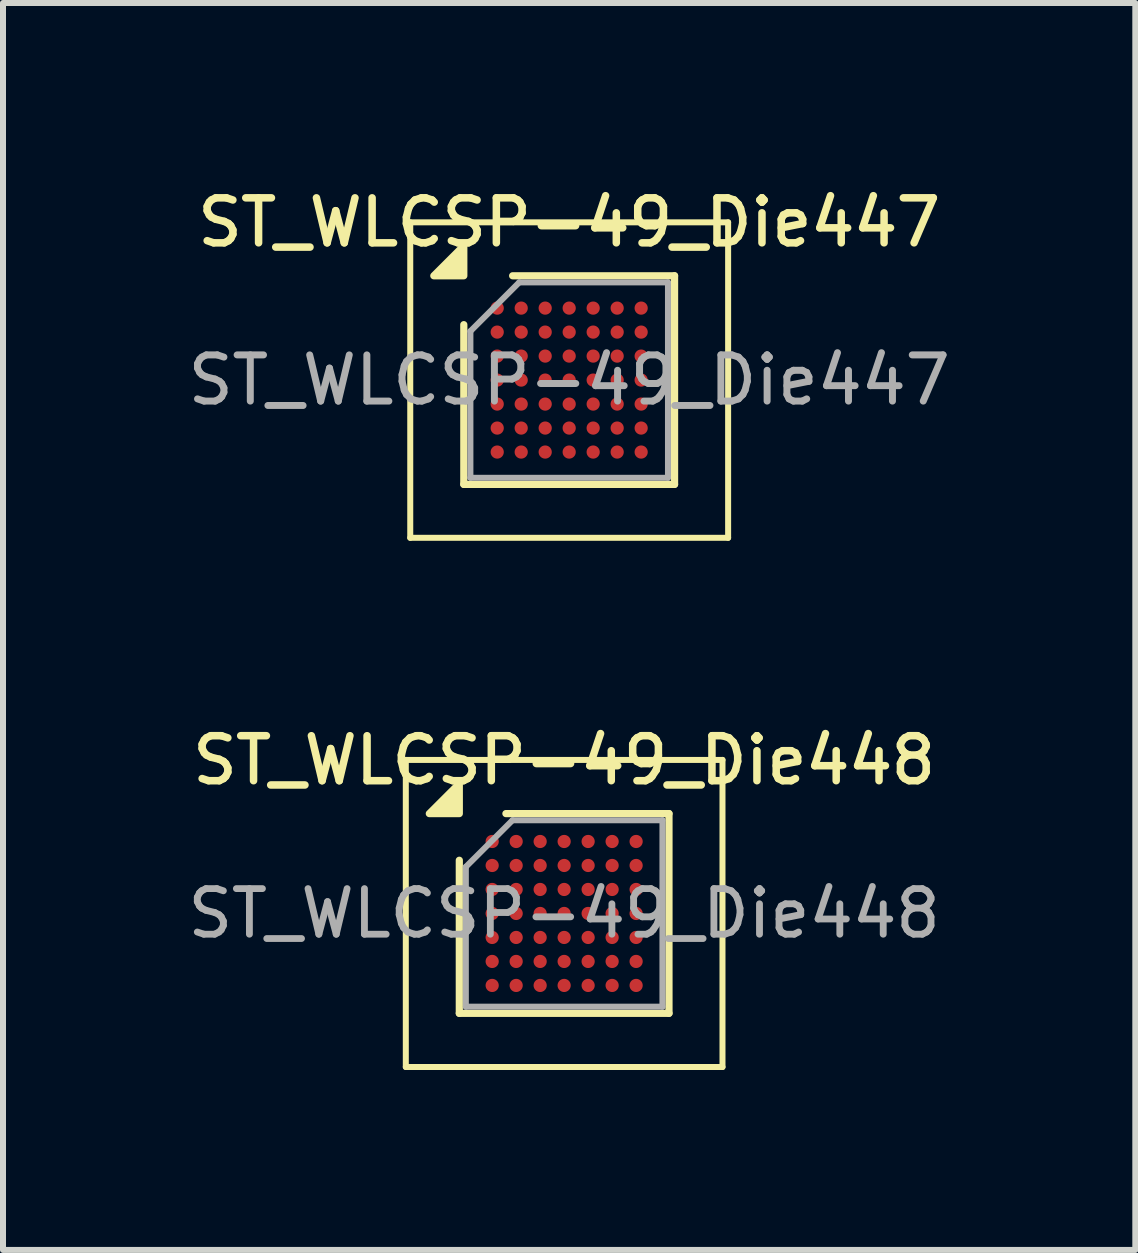
<source format=kicad_pcb>
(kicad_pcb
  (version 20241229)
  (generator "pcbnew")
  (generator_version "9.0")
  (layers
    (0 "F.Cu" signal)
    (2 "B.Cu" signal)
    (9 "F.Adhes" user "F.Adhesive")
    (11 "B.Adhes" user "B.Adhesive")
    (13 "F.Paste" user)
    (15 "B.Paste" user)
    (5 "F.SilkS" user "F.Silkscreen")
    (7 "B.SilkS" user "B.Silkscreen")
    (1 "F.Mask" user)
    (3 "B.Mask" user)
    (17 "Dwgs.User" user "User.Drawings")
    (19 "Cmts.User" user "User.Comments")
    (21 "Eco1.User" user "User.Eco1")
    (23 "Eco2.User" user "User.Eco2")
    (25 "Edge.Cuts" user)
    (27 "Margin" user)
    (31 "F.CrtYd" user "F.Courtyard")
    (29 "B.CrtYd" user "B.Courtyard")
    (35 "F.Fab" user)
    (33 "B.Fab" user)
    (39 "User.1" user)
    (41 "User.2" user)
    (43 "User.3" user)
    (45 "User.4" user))
  (footprint "ST_WLCSP-49_Die447"
    (layer "F.Cu")
    (at 6.44 3.287)
    (property "Reference" "ST_WLCSP-49_Die447" (at 0 -2.629 0) (layer "F.SilkS") (effects (font (size 0.75 0.75) (thickness 0.125))))
    (attr smd)
    (fp_line (start -2.65 -2.63) (end -2.65 2.63) (stroke (width 0.1) (type solid)) (layer "F.SilkS"))
    (fp_line (start -2.65 2.63) (end 2.65 2.63) (stroke (width 0.1) (type solid)) (layer "F.SilkS"))
    (fp_line (start -1.757 1.739) (end -1.757 -0.924) (stroke (width 0.12) (type solid)) (layer "F.SilkS"))
    (fp_line (start -0.943 -1.739) (end 1.757 -1.739) (stroke (width 0.12) (type solid)) (layer "F.SilkS"))
    (fp_line (start 1.757 -1.739) (end 1.757 1.739) (stroke (width 0.12) (type solid)) (layer "F.SilkS"))
    (fp_line (start 1.757 1.739) (end -1.757 1.739) (stroke (width 0.12) (type solid)) (layer "F.SilkS"))
    (fp_line (start 2.65 -2.63) (end -2.65 -2.63) (stroke (width 0.1) (type solid)) (layer "F.SilkS"))
    (fp_line (start 2.65 2.63) (end 2.65 -2.63) (stroke (width 0.1) (type solid)) (layer "F.SilkS"))
    (fp_poly (pts (xy -1.757 -1.739) (xy -2.257 -1.739) (xy -1.757 -2.239) (xy -1.757 -1.739)) (stroke (width 0.12) (type solid)) (fill yes) (layer "F.SilkS"))
    (fp_line (start -1.647 -0.815) (end -0.833 -1.629) (stroke (width 0.1) (type solid)) (layer "F.Fab"))
    (fp_line (start -1.647 1.629) (end -1.647 -0.815) (stroke (width 0.1) (type solid)) (layer "F.Fab"))
    (fp_line (start -0.833 -1.629) (end 1.647 -1.629) (stroke (width 0.1) (type solid)) (layer "F.Fab"))
    (fp_line (start 1.647 -1.629) (end 1.647 1.629) (stroke (width 0.1) (type solid)) (layer "F.Fab"))
    (fp_line (start 1.647 1.629) (end -1.647 1.629) (stroke (width 0.1) (type solid)) (layer "F.Fab"))
    (fp_text user "${REFERENCE}" (at 0 0 0) (layer "F.Fab") (effects (font (size 0.77 0.77) (thickness 0.116))))
    (pad "A1" smd circle (at -1.2 -1.2) (size 0.22 0.22) (property pad_prop_bga) (layers "F.Cu" "F.Mask" "F.Paste"))
    (pad "A2" smd circle (at -0.8 -1.2) (size 0.22 0.22) (property pad_prop_bga) (layers "F.Cu" "F.Mask" "F.Paste"))
    (pad "A3" smd circle (at -0.4 -1.2) (size 0.22 0.22) (property pad_prop_bga) (layers "F.Cu" "F.Mask" "F.Paste"))
    (pad "A4" smd circle (at 0 -1.2) (size 0.22 0.22) (property pad_prop_bga) (layers "F.Cu" "F.Mask" "F.Paste"))
    (pad "A5" smd circle (at 0.4 -1.2) (size 0.22 0.22) (property pad_prop_bga) (layers "F.Cu" "F.Mask" "F.Paste"))
    (pad "A6" smd circle (at 0.8 -1.2) (size 0.22 0.22) (property pad_prop_bga) (layers "F.Cu" "F.Mask" "F.Paste"))
    (pad "A7" smd circle (at 1.2 -1.2) (size 0.22 0.22) (property pad_prop_bga) (layers "F.Cu" "F.Mask" "F.Paste"))
    (pad "B1" smd circle (at -1.2 -0.8) (size 0.22 0.22) (property pad_prop_bga) (layers "F.Cu" "F.Mask" "F.Paste"))
    (pad "B2" smd circle (at -0.8 -0.8) (size 0.22 0.22) (property pad_prop_bga) (layers "F.Cu" "F.Mask" "F.Paste"))
    (pad "B3" smd circle (at -0.4 -0.8) (size 0.22 0.22) (property pad_prop_bga) (layers "F.Cu" "F.Mask" "F.Paste"))
    (pad "B4" smd circle (at 0 -0.8) (size 0.22 0.22) (property pad_prop_bga) (layers "F.Cu" "F.Mask" "F.Paste"))
    (pad "B5" smd circle (at 0.4 -0.8) (size 0.22 0.22) (property pad_prop_bga) (layers "F.Cu" "F.Mask" "F.Paste"))
    (pad "B6" smd circle (at 0.8 -0.8) (size 0.22 0.22) (property pad_prop_bga) (layers "F.Cu" "F.Mask" "F.Paste"))
    (pad "B7" smd circle (at 1.2 -0.8) (size 0.22 0.22) (property pad_prop_bga) (layers "F.Cu" "F.Mask" "F.Paste"))
    (pad "C1" smd circle (at -1.2 -0.4) (size 0.22 0.22) (property pad_prop_bga) (layers "F.Cu" "F.Mask" "F.Paste"))
    (pad "C2" smd circle (at -0.8 -0.4) (size 0.22 0.22) (property pad_prop_bga) (layers "F.Cu" "F.Mask" "F.Paste"))
    (pad "C3" smd circle (at -0.4 -0.4) (size 0.22 0.22) (property pad_prop_bga) (layers "F.Cu" "F.Mask" "F.Paste"))
    (pad "C4" smd circle (at 0 -0.4) (size 0.22 0.22) (property pad_prop_bga) (layers "F.Cu" "F.Mask" "F.Paste"))
    (pad "C5" smd circle (at 0.4 -0.4) (size 0.22 0.22) (property pad_prop_bga) (layers "F.Cu" "F.Mask" "F.Paste"))
    (pad "C6" smd circle (at 0.8 -0.4) (size 0.22 0.22) (property pad_prop_bga) (layers "F.Cu" "F.Mask" "F.Paste"))
    (pad "C7" smd circle (at 1.2 -0.4) (size 0.22 0.22) (property pad_prop_bga) (layers "F.Cu" "F.Mask" "F.Paste"))
    (pad "D1" smd circle (at -1.2 0) (size 0.22 0.22) (property pad_prop_bga) (layers "F.Cu" "F.Mask" "F.Paste"))
    (pad "D2" smd circle (at -0.8 0) (size 0.22 0.22) (property pad_prop_bga) (layers "F.Cu" "F.Mask" "F.Paste"))
    (pad "D3" smd circle (at -0.4 0) (size 0.22 0.22) (property pad_prop_bga) (layers "F.Cu" "F.Mask" "F.Paste"))
    (pad "D4" smd circle (at 0 0) (size 0.22 0.22) (property pad_prop_bga) (layers "F.Cu" "F.Mask" "F.Paste"))
    (pad "D5" smd circle (at 0.4 0) (size 0.22 0.22) (property pad_prop_bga) (layers "F.Cu" "F.Mask" "F.Paste"))
    (pad "D6" smd circle (at 0.8 0) (size 0.22 0.22) (property pad_prop_bga) (layers "F.Cu" "F.Mask" "F.Paste"))
    (pad "D7" smd circle (at 1.2 0) (size 0.22 0.22) (property pad_prop_bga) (layers "F.Cu" "F.Mask" "F.Paste"))
    (pad "E1" smd circle (at -1.2 0.4) (size 0.22 0.22) (property pad_prop_bga) (layers "F.Cu" "F.Mask" "F.Paste"))
    (pad "E2" smd circle (at -0.8 0.4) (size 0.22 0.22) (property pad_prop_bga) (layers "F.Cu" "F.Mask" "F.Paste"))
    (pad "E3" smd circle (at -0.4 0.4) (size 0.22 0.22) (property pad_prop_bga) (layers "F.Cu" "F.Mask" "F.Paste"))
    (pad "E4" smd circle (at 0 0.4) (size 0.22 0.22) (property pad_prop_bga) (layers "F.Cu" "F.Mask" "F.Paste"))
    (pad "E5" smd circle (at 0.4 0.4) (size 0.22 0.22) (property pad_prop_bga) (layers "F.Cu" "F.Mask" "F.Paste"))
    (pad "E6" smd circle (at 0.8 0.4) (size 0.22 0.22) (property pad_prop_bga) (layers "F.Cu" "F.Mask" "F.Paste"))
    (pad "E7" smd circle (at 1.2 0.4) (size 0.22 0.22) (property pad_prop_bga) (layers "F.Cu" "F.Mask" "F.Paste"))
    (pad "F1" smd circle (at -1.2 0.8) (size 0.22 0.22) (property pad_prop_bga) (layers "F.Cu" "F.Mask" "F.Paste"))
    (pad "F2" smd circle (at -0.8 0.8) (size 0.22 0.22) (property pad_prop_bga) (layers "F.Cu" "F.Mask" "F.Paste"))
    (pad "F3" smd circle (at -0.4 0.8) (size 0.22 0.22) (property pad_prop_bga) (layers "F.Cu" "F.Mask" "F.Paste"))
    (pad "F4" smd circle (at 0 0.8) (size 0.22 0.22) (property pad_prop_bga) (layers "F.Cu" "F.Mask" "F.Paste"))
    (pad "F5" smd circle (at 0.4 0.8) (size 0.22 0.22) (property pad_prop_bga) (layers "F.Cu" "F.Mask" "F.Paste"))
    (pad "F6" smd circle (at 0.8 0.8) (size 0.22 0.22) (property pad_prop_bga) (layers "F.Cu" "F.Mask" "F.Paste"))
    (pad "F7" smd circle (at 1.2 0.8) (size 0.22 0.22) (property pad_prop_bga) (layers "F.Cu" "F.Mask" "F.Paste"))
    (pad "G1" smd circle (at -1.2 1.2) (size 0.22 0.22) (property pad_prop_bga) (layers "F.Cu" "F.Mask" "F.Paste"))
    (pad "G2" smd circle (at -0.8 1.2) (size 0.22 0.22) (property pad_prop_bga) (layers "F.Cu" "F.Mask" "F.Paste"))
    (pad "G3" smd circle (at -0.4 1.2) (size 0.22 0.22) (property pad_prop_bga) (layers "F.Cu" "F.Mask" "F.Paste"))
    (pad "G4" smd circle (at 0 1.2) (size 0.22 0.22) (property pad_prop_bga) (layers "F.Cu" "F.Mask" "F.Paste"))
    (pad "G5" smd circle (at 0.4 1.2) (size 0.22 0.22) (property pad_prop_bga) (layers "F.Cu" "F.Mask" "F.Paste"))
    (pad "G6" smd circle (at 0.8 1.2) (size 0.22 0.22) (property pad_prop_bga) (layers "F.Cu" "F.Mask" "F.Paste"))
    (pad "G7" smd circle (at 1.2 1.2) (size 0.22 0.22) (property pad_prop_bga) (layers "F.Cu" "F.Mask" "F.Paste")))
  (footprint "ST_WLCSP-49_Die448"
    (layer "F.Cu")
    (at 6.356 12.18)
    (property "Reference" "ST_WLCSP-49_Die448" (at 0 -2.554 0) (layer "F.SilkS") (effects (font (size 0.75 0.75) (thickness 0.125))))
    (attr smd)
    (fp_line (start -2.64 -2.56) (end -2.64 2.56) (stroke (width 0.1) (type solid)) (layer "F.SilkS"))
    (fp_line (start -2.64 2.56) (end 2.64 2.56) (stroke (width 0.1) (type solid)) (layer "F.SilkS"))
    (fp_line (start -1.748 1.665) (end -1.748 -0.887) (stroke (width 0.12) (type solid)) (layer "F.SilkS"))
    (fp_line (start -0.971 -1.665) (end 1.748 -1.665) (stroke (width 0.12) (type solid)) (layer "F.SilkS"))
    (fp_line (start 1.748 -1.665) (end 1.748 1.665) (stroke (width 0.12) (type solid)) (layer "F.SilkS"))
    (fp_line (start 1.748 1.665) (end -1.748 1.665) (stroke (width 0.12) (type solid)) (layer "F.SilkS"))
    (fp_line (start 2.64 -2.56) (end -2.64 -2.56) (stroke (width 0.1) (type solid)) (layer "F.SilkS"))
    (fp_line (start 2.64 2.56) (end 2.64 -2.56) (stroke (width 0.1) (type solid)) (layer "F.SilkS"))
    (fp_poly (pts (xy -1.748 -1.665) (xy -2.248 -1.665) (xy -1.748 -2.164) (xy -1.748 -1.665)) (stroke (width 0.12) (type solid)) (fill yes) (layer "F.SilkS"))
    (fp_line (start -1.639 -0.777) (end -0.861 -1.554) (stroke (width 0.1) (type solid)) (layer "F.Fab"))
    (fp_line (start -1.639 1.554) (end -1.639 -0.777) (stroke (width 0.1) (type solid)) (layer "F.Fab"))
    (fp_line (start -0.861 -1.554) (end 1.639 -1.554) (stroke (width 0.1) (type solid)) (layer "F.Fab"))
    (fp_line (start 1.639 -1.554) (end 1.639 1.554) (stroke (width 0.1) (type solid)) (layer "F.Fab"))
    (fp_line (start 1.639 1.554) (end -1.639 1.554) (stroke (width 0.1) (type solid)) (layer "F.Fab"))
    (fp_text user "${REFERENCE}" (at 0 0 0) (layer "F.Fab") (effects (font (size 0.76 0.76) (thickness 0.114))))
    (pad "A1" smd circle (at -1.2 -1.2) (size 0.22 0.22) (property pad_prop_bga) (layers "F.Cu" "F.Mask" "F.Paste"))
    (pad "A2" smd circle (at -0.8 -1.2) (size 0.22 0.22) (property pad_prop_bga) (layers "F.Cu" "F.Mask" "F.Paste"))
    (pad "A3" smd circle (at -0.4 -1.2) (size 0.22 0.22) (property pad_prop_bga) (layers "F.Cu" "F.Mask" "F.Paste"))
    (pad "A4" smd circle (at 0 -1.2) (size 0.22 0.22) (property pad_prop_bga) (layers "F.Cu" "F.Mask" "F.Paste"))
    (pad "A5" smd circle (at 0.4 -1.2) (size 0.22 0.22) (property pad_prop_bga) (layers "F.Cu" "F.Mask" "F.Paste"))
    (pad "A6" smd circle (at 0.8 -1.2) (size 0.22 0.22) (property pad_prop_bga) (layers "F.Cu" "F.Mask" "F.Paste"))
    (pad "A7" smd circle (at 1.2 -1.2) (size 0.22 0.22) (property pad_prop_bga) (layers "F.Cu" "F.Mask" "F.Paste"))
    (pad "B1" smd circle (at -1.2 -0.8) (size 0.22 0.22) (property pad_prop_bga) (layers "F.Cu" "F.Mask" "F.Paste"))
    (pad "B2" smd circle (at -0.8 -0.8) (size 0.22 0.22) (property pad_prop_bga) (layers "F.Cu" "F.Mask" "F.Paste"))
    (pad "B3" smd circle (at -0.4 -0.8) (size 0.22 0.22) (property pad_prop_bga) (layers "F.Cu" "F.Mask" "F.Paste"))
    (pad "B4" smd circle (at 0 -0.8) (size 0.22 0.22) (property pad_prop_bga) (layers "F.Cu" "F.Mask" "F.Paste"))
    (pad "B5" smd circle (at 0.4 -0.8) (size 0.22 0.22) (property pad_prop_bga) (layers "F.Cu" "F.Mask" "F.Paste"))
    (pad "B6" smd circle (at 0.8 -0.8) (size 0.22 0.22) (property pad_prop_bga) (layers "F.Cu" "F.Mask" "F.Paste"))
    (pad "B7" smd circle (at 1.2 -0.8) (size 0.22 0.22) (property pad_prop_bga) (layers "F.Cu" "F.Mask" "F.Paste"))
    (pad "C1" smd circle (at -1.2 -0.4) (size 0.22 0.22) (property pad_prop_bga) (layers "F.Cu" "F.Mask" "F.Paste"))
    (pad "C2" smd circle (at -0.8 -0.4) (size 0.22 0.22) (property pad_prop_bga) (layers "F.Cu" "F.Mask" "F.Paste"))
    (pad "C3" smd circle (at -0.4 -0.4) (size 0.22 0.22) (property pad_prop_bga) (layers "F.Cu" "F.Mask" "F.Paste"))
    (pad "C4" smd circle (at 0 -0.4) (size 0.22 0.22) (property pad_prop_bga) (layers "F.Cu" "F.Mask" "F.Paste"))
    (pad "C5" smd circle (at 0.4 -0.4) (size 0.22 0.22) (property pad_prop_bga) (layers "F.Cu" "F.Mask" "F.Paste"))
    (pad "C6" smd circle (at 0.8 -0.4) (size 0.22 0.22) (property pad_prop_bga) (layers "F.Cu" "F.Mask" "F.Paste"))
    (pad "C7" smd circle (at 1.2 -0.4) (size 0.22 0.22) (property pad_prop_bga) (layers "F.Cu" "F.Mask" "F.Paste"))
    (pad "D1" smd circle (at -1.2 0) (size 0.22 0.22) (property pad_prop_bga) (layers "F.Cu" "F.Mask" "F.Paste"))
    (pad "D2" smd circle (at -0.8 0) (size 0.22 0.22) (property pad_prop_bga) (layers "F.Cu" "F.Mask" "F.Paste"))
    (pad "D3" smd circle (at -0.4 0) (size 0.22 0.22) (property pad_prop_bga) (layers "F.Cu" "F.Mask" "F.Paste"))
    (pad "D4" smd circle (at 0 0) (size 0.22 0.22) (property pad_prop_bga) (layers "F.Cu" "F.Mask" "F.Paste"))
    (pad "D5" smd circle (at 0.4 0) (size 0.22 0.22) (property pad_prop_bga) (layers "F.Cu" "F.Mask" "F.Paste"))
    (pad "D6" smd circle (at 0.8 0) (size 0.22 0.22) (property pad_prop_bga) (layers "F.Cu" "F.Mask" "F.Paste"))
    (pad "D7" smd circle (at 1.2 0) (size 0.22 0.22) (property pad_prop_bga) (layers "F.Cu" "F.Mask" "F.Paste"))
    (pad "E1" smd circle (at -1.2 0.4) (size 0.22 0.22) (property pad_prop_bga) (layers "F.Cu" "F.Mask" "F.Paste"))
    (pad "E2" smd circle (at -0.8 0.4) (size 0.22 0.22) (property pad_prop_bga) (layers "F.Cu" "F.Mask" "F.Paste"))
    (pad "E3" smd circle (at -0.4 0.4) (size 0.22 0.22) (property pad_prop_bga) (layers "F.Cu" "F.Mask" "F.Paste"))
    (pad "E4" smd circle (at 0 0.4) (size 0.22 0.22) (property pad_prop_bga) (layers "F.Cu" "F.Mask" "F.Paste"))
    (pad "E5" smd circle (at 0.4 0.4) (size 0.22 0.22) (property pad_prop_bga) (layers "F.Cu" "F.Mask" "F.Paste"))
    (pad "E6" smd circle (at 0.8 0.4) (size 0.22 0.22) (property pad_prop_bga) (layers "F.Cu" "F.Mask" "F.Paste"))
    (pad "E7" smd circle (at 1.2 0.4) (size 0.22 0.22) (property pad_prop_bga) (layers "F.Cu" "F.Mask" "F.Paste"))
    (pad "F1" smd circle (at -1.2 0.8) (size 0.22 0.22) (property pad_prop_bga) (layers "F.Cu" "F.Mask" "F.Paste"))
    (pad "F2" smd circle (at -0.8 0.8) (size 0.22 0.22) (property pad_prop_bga) (layers "F.Cu" "F.Mask" "F.Paste"))
    (pad "F3" smd circle (at -0.4 0.8) (size 0.22 0.22) (property pad_prop_bga) (layers "F.Cu" "F.Mask" "F.Paste"))
    (pad "F4" smd circle (at 0 0.8) (size 0.22 0.22) (property pad_prop_bga) (layers "F.Cu" "F.Mask" "F.Paste"))
    (pad "F5" smd circle (at 0.4 0.8) (size 0.22 0.22) (property pad_prop_bga) (layers "F.Cu" "F.Mask" "F.Paste"))
    (pad "F6" smd circle (at 0.8 0.8) (size 0.22 0.22) (property pad_prop_bga) (layers "F.Cu" "F.Mask" "F.Paste"))
    (pad "F7" smd circle (at 1.2 0.8) (size 0.22 0.22) (property pad_prop_bga) (layers "F.Cu" "F.Mask" "F.Paste"))
    (pad "G1" smd circle (at -1.2 1.2) (size 0.22 0.22) (property pad_prop_bga) (layers "F.Cu" "F.Mask" "F.Paste"))
    (pad "G2" smd circle (at -0.8 1.2) (size 0.22 0.22) (property pad_prop_bga) (layers "F.Cu" "F.Mask" "F.Paste"))
    (pad "G3" smd circle (at -0.4 1.2) (size 0.22 0.22) (property pad_prop_bga) (layers "F.Cu" "F.Mask" "F.Paste"))
    (pad "G4" smd circle (at 0 1.2) (size 0.22 0.22) (property pad_prop_bga) (layers "F.Cu" "F.Mask" "F.Paste"))
    (pad "G5" smd circle (at 0.4 1.2) (size 0.22 0.22) (property pad_prop_bga) (layers "F.Cu" "F.Mask" "F.Paste"))
    (pad "G6" smd circle (at 0.8 1.2) (size 0.22 0.22) (property pad_prop_bga) (layers "F.Cu" "F.Mask" "F.Paste"))
    (pad "G7" smd circle (at 1.2 1.2) (size 0.22 0.22) (property pad_prop_bga) (layers "F.Cu" "F.Mask" "F.Paste")))
  (gr_rect
    (start -3 -3)
    (end 15.879 17.79)
    (stroke (width 0.1) (type default))
    (fill no)
    (layer "Edge.Cuts")))
</source>
